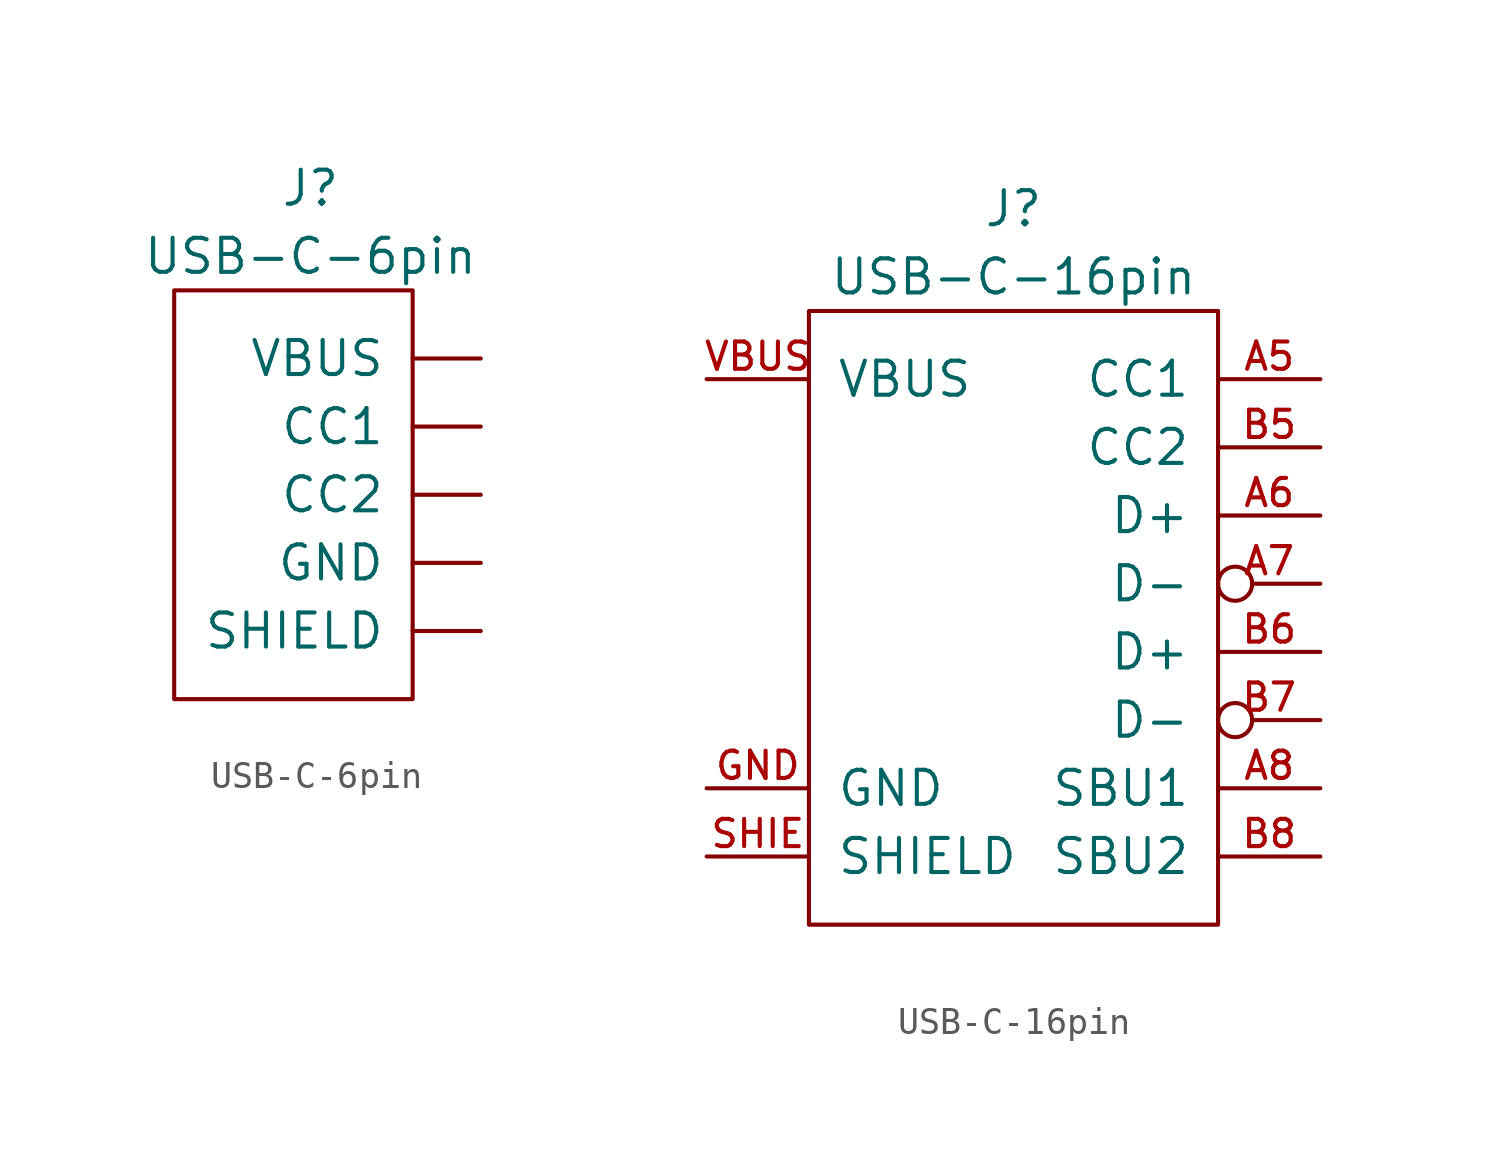
<source format=kicad_sym>
(kicad_symbol_lib
  (version 20220914)
  (generator kicad_symbol_editor)
  (symbol "USB-C-6pin"
    (pin_numbers hide)
    (pin_names
      (offset 1.016))
    (property "Reference" "J"
      (at 0 3.81 0)
      (effects (font (size 1.27 1.27))))
    (property "Value" "USB-C-6pin"
      (at 0 1.27 0)
      (effects (font (size 1.27 1.27))))
    (symbol "USB-C-6pin_0_1"
      (rectangle (start -5.08 0) (end 3.81 -15.24) (stroke (width 0) (type default)) (fill (type none))))
    (symbol "USB-C-6pin_1_1"
      (pin passive line (at 6.35 -5.08 180) (length 2.54) (name "CC1" (effects (font (size 1.27 1.27)))) (number "A5" (effects (font (size 1.016 1.016)))))
      (pin passive line (at 6.35 -7.62 180) (length 2.54) (name "CC2" (effects (font (size 1.27 1.27)))) (number "B5" (effects (font (size 1.016 1.016)))))
      (pin power_in line (at 6.35 -10.16 180) (length 2.54) (name "GND" (effects (font (size 1.27 1.27)))) (number "GND" (effects (font (size 1.016 1.016)))))
      (pin passive line (at 6.35 -12.7 180) (length 2.54) (name "SHIELD" (effects (font (size 1.27 1.27)))) (number "SHIE" (effects (font (size 1.016 1.016)))))
      (pin power_in line (at 6.35 -2.54 180) (length 2.54) (name "VBUS" (effects (font (size 1.27 1.27)))) (number "VBUS" (effects (font (size 1.016 1.016)))))))
  (symbol "USB-C-16pin"
    (pin_names
      (offset 1.016))
    (property "Reference" "J"
      (at 0 3.81 0)
      (effects (font (size 1.27 1.27))))
    (property "Value" "USB-C-16pin"
      (at 0 1.27 0)
      (effects (font (size 1.27 1.27))))
    (symbol "USB-C-16pin_0_1"
      (rectangle (start -7.62 0) (end 7.62 -22.86) (stroke (width 0) (type default)) (fill (type none))))
    (symbol "USB-C-16pin_1_1"
      (pin passive line (at 11.43 -2.54 180) (length 3.81) (name "CC1" (effects (font (size 1.27 1.27)))) (number "A5" (effects (font (size 1.016 1.016)))))
      (pin bidirectional line (at 11.43 -7.62 180) (length 3.81) (name "D+" (effects (font (size 1.27 1.27)))) (number "A6" (effects (font (size 1.016 1.016)))))
      (pin bidirectional inverted (at 11.43 -10.16 180) (length 3.81) (name "D-" (effects (font (size 1.27 1.27)))) (number "A7" (effects (font (size 1.016 1.016)))))
      (pin bidirectional line (at 11.43 -17.78 180) (length 3.81) (name "SBU1" (effects (font (size 1.27 1.27)))) (number "A8" (effects (font (size 1.016 1.016)))))
      (pin passive line (at 11.43 -5.08 180) (length 3.81) (name "CC2" (effects (font (size 1.27 1.27)))) (number "B5" (effects (font (size 1.016 1.016)))))
      (pin bidirectional line (at 11.43 -12.7 180) (length 3.81) (name "D+" (effects (font (size 1.27 1.27)))) (number "B6" (effects (font (size 1.016 1.016)))))
      (pin bidirectional inverted (at 11.43 -15.24 180) (length 3.81) (name "D-" (effects (font (size 1.27 1.27)))) (number "B7" (effects (font (size 1.016 1.016)))))
      (pin bidirectional line (at 11.43 -20.32 180) (length 3.81) (name "SBU2" (effects (font (size 1.27 1.27)))) (number "B8" (effects (font (size 1.016 1.016)))))
      (pin power_in line (at -11.43 -17.78 0) (length 3.81) (name "GND" (effects (font (size 1.27 1.27)))) (number "GND" (effects (font (size 1.016 1.016)))))
      (pin passive line (at -11.43 -20.32 0) (length 3.81) (name "SHIELD" (effects (font (size 1.27 1.27)))) (number "SHIE" (effects (font (size 1.016 1.016)))))
      (pin power_in line (at -11.43 -2.54 0) (length 3.81) (name "VBUS" (effects (font (size 1.27 1.27)))) (number "VBUS" (effects (font (size 1.016 1.016))))))))
</source>
